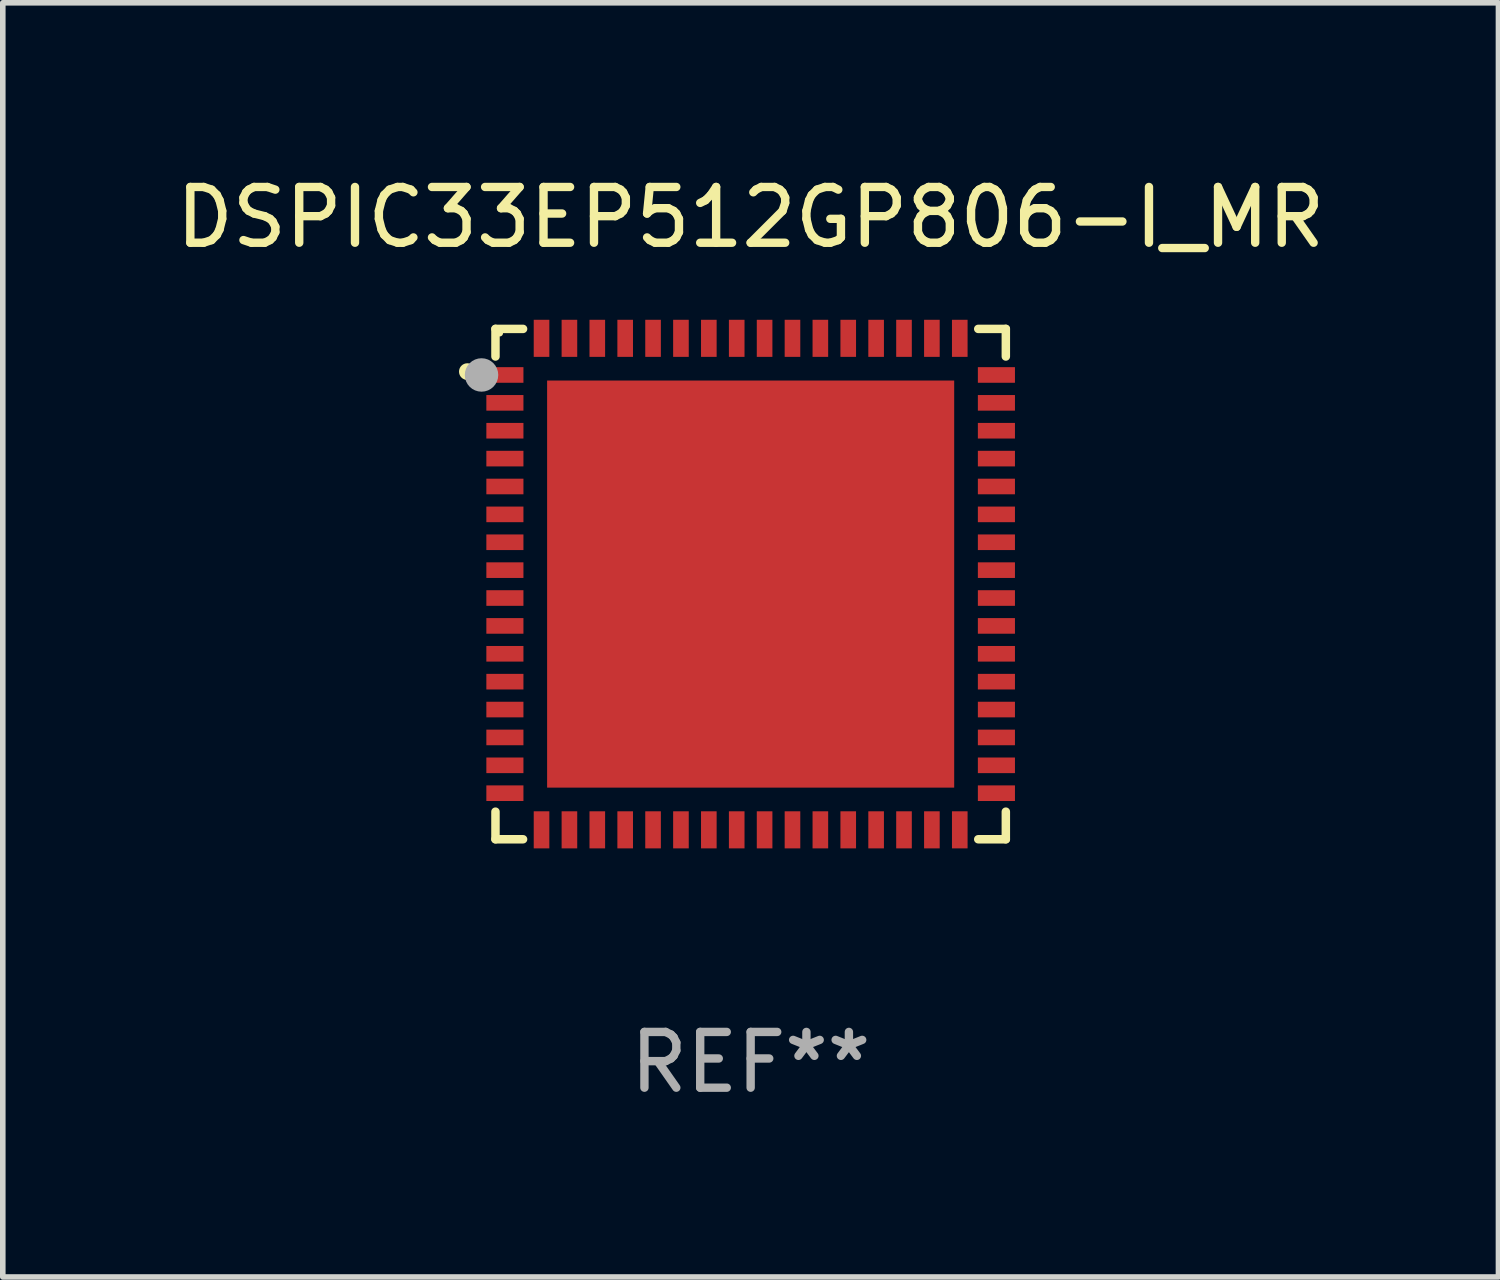
<source format=kicad_pcb>
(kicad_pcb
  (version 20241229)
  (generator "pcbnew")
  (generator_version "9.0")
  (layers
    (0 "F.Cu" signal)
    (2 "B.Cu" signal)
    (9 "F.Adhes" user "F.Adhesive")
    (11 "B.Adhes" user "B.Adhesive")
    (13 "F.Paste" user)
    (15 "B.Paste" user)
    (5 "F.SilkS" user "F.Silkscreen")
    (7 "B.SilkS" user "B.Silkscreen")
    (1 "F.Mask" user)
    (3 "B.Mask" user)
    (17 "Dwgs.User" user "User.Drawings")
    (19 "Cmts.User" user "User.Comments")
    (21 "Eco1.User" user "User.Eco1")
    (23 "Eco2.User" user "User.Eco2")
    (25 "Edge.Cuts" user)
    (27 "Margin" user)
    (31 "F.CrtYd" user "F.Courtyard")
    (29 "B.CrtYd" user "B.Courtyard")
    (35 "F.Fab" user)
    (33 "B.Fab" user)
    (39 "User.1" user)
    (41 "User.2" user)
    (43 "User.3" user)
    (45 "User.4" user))
  (footprint "DSPIC33EP512GP806-I_MR"
    (layer "F.Cu")
    (at 10.411 7.424)
    (property "Reference" "DSPIC33EP512GP806-I_MR" (at 0 -6.576 0) (layer "F.SilkS") (effects (font (size 1 1) (thickness 0.15))))
    (attr through_hole)
    (fp_line (start -4.576 -4.576) (end -4.576 -4.081) (stroke (width 0.152) (type solid)) (layer "F.SilkS"))
    (fp_line (start -4.576 4.576) (end -4.576 4.081) (stroke (width 0.152) (type solid)) (layer "F.SilkS"))
    (fp_line (start -4.081 -4.576) (end -4.576 -4.576) (stroke (width 0.152) (type solid)) (layer "F.SilkS"))
    (fp_line (start -4.081 4.576) (end -4.576 4.576) (stroke (width 0.152) (type solid)) (layer "F.SilkS"))
    (fp_line (start 4.081 -4.576) (end 4.576 -4.576) (stroke (width 0.152) (type solid)) (layer "F.SilkS"))
    (fp_line (start 4.081 4.576) (end 4.576 4.576) (stroke (width 0.152) (type solid)) (layer "F.SilkS"))
    (fp_line (start 4.576 -4.576) (end 4.576 -4.081) (stroke (width 0.152) (type solid)) (layer "F.SilkS"))
    (fp_line (start 4.576 4.576) (end 4.576 4.081) (stroke (width 0.152) (type solid)) (layer "F.SilkS"))
    (fp_circle (center -5.08 -3.81) (end -5.005 -3.81) (stroke (width 0.15) (type solid)) (fill no) (layer "F.SilkS"))
    (fp_circle (center -4.5 -4.5) (end -4.47 -4.5) (stroke (width 0.06) (type solid)) (fill no) (layer "F.SilkS"))
    (fp_circle (center -4.826 -3.75) (end -4.676 -3.75) (stroke (width 0.3) (type solid)) (fill no) (layer "F.Fab"))
    (fp_text user "REF**" (at 0 8.576 0) (layer "F.Fab") (effects (font (size 1 1) (thickness 0.15))))
    (pad "1" smd rect (at -4.407 -3.75) (size 0.665 0.28) (layers "F.Cu" "F.Mask" "F.Paste"))
    (pad "2" smd rect (at -4.407 -3.25) (size 0.665 0.28) (layers "F.Cu" "F.Mask" "F.Paste"))
    (pad "3" smd rect (at -4.407 -2.75) (size 0.665 0.28) (layers "F.Cu" "F.Mask" "F.Paste"))
    (pad "4" smd rect (at -4.407 -2.25) (size 0.665 0.28) (layers "F.Cu" "F.Mask" "F.Paste"))
    (pad "5" smd rect (at -4.407 -1.75) (size 0.665 0.28) (layers "F.Cu" "F.Mask" "F.Paste"))
    (pad "6" smd rect (at -4.407 -1.25) (size 0.665 0.28) (layers "F.Cu" "F.Mask" "F.Paste"))
    (pad "7" smd rect (at -4.407 -0.75) (size 0.665 0.28) (layers "F.Cu" "F.Mask" "F.Paste"))
    (pad "8" smd rect (at -4.407 -0.25) (size 0.665 0.28) (layers "F.Cu" "F.Mask" "F.Paste"))
    (pad "9" smd rect (at -4.407 0.25) (size 0.665 0.28) (layers "F.Cu" "F.Mask" "F.Paste"))
    (pad "10" smd rect (at -4.407 0.75) (size 0.665 0.28) (layers "F.Cu" "F.Mask" "F.Paste"))
    (pad "11" smd rect (at -4.407 1.25) (size 0.665 0.28) (layers "F.Cu" "F.Mask" "F.Paste"))
    (pad "12" smd rect (at -4.407 1.75) (size 0.665 0.28) (layers "F.Cu" "F.Mask" "F.Paste"))
    (pad "13" smd rect (at -4.407 2.25) (size 0.665 0.28) (layers "F.Cu" "F.Mask" "F.Paste"))
    (pad "14" smd rect (at -4.407 2.75) (size 0.665 0.28) (layers "F.Cu" "F.Mask" "F.Paste"))
    (pad "15" smd rect (at -4.407 3.25) (size 0.665 0.28) (layers "F.Cu" "F.Mask" "F.Paste"))
    (pad "16" smd rect (at -4.407 3.75) (size 0.665 0.28) (layers "F.Cu" "F.Mask" "F.Paste"))
    (pad "17" smd rect (at -3.75 4.407) (size 0.28 0.665) (layers "F.Cu" "F.Mask" "F.Paste"))
    (pad "18" smd rect (at -3.25 4.407) (size 0.28 0.665) (layers "F.Cu" "F.Mask" "F.Paste"))
    (pad "19" smd rect (at -2.75 4.407) (size 0.28 0.665) (layers "F.Cu" "F.Mask" "F.Paste"))
    (pad "20" smd rect (at -2.25 4.407) (size 0.28 0.665) (layers "F.Cu" "F.Mask" "F.Paste"))
    (pad "21" smd rect (at -1.75 4.407) (size 0.28 0.665) (layers "F.Cu" "F.Mask" "F.Paste"))
    (pad "22" smd rect (at -1.25 4.407) (size 0.28 0.665) (layers "F.Cu" "F.Mask" "F.Paste"))
    (pad "23" smd rect (at -0.75 4.407) (size 0.28 0.665) (layers "F.Cu" "F.Mask" "F.Paste"))
    (pad "24" smd rect (at -0.25 4.407) (size 0.28 0.665) (layers "F.Cu" "F.Mask" "F.Paste"))
    (pad "25" smd rect (at 0.25 4.407) (size 0.28 0.665) (layers "F.Cu" "F.Mask" "F.Paste"))
    (pad "26" smd rect (at 0.75 4.407) (size 0.28 0.665) (layers "F.Cu" "F.Mask" "F.Paste"))
    (pad "27" smd rect (at 1.25 4.407) (size 0.28 0.665) (layers "F.Cu" "F.Mask" "F.Paste"))
    (pad "28" smd rect (at 1.75 4.407) (size 0.28 0.665) (layers "F.Cu" "F.Mask" "F.Paste"))
    (pad "29" smd rect (at 2.25 4.407) (size 0.28 0.665) (layers "F.Cu" "F.Mask" "F.Paste"))
    (pad "30" smd rect (at 2.75 4.407) (size 0.28 0.665) (layers "F.Cu" "F.Mask" "F.Paste"))
    (pad "31" smd rect (at 3.25 4.407) (size 0.28 0.665) (layers "F.Cu" "F.Mask" "F.Paste"))
    (pad "32" smd rect (at 3.75 4.407) (size 0.28 0.665) (layers "F.Cu" "F.Mask" "F.Paste"))
    (pad "33" smd rect (at 4.407 3.75) (size 0.665 0.28) (layers "F.Cu" "F.Mask" "F.Paste"))
    (pad "34" smd rect (at 4.407 3.25) (size 0.665 0.28) (layers "F.Cu" "F.Mask" "F.Paste"))
    (pad "35" smd rect (at 4.407 2.75) (size 0.665 0.28) (layers "F.Cu" "F.Mask" "F.Paste"))
    (pad "36" smd rect (at 4.407 2.25) (size 0.665 0.28) (layers "F.Cu" "F.Mask" "F.Paste"))
    (pad "37" smd rect (at 4.407 1.75) (size 0.665 0.28) (layers "F.Cu" "F.Mask" "F.Paste"))
    (pad "38" smd rect (at 4.407 1.25) (size 0.665 0.28) (layers "F.Cu" "F.Mask" "F.Paste"))
    (pad "39" smd rect (at 4.407 0.75) (size 0.665 0.28) (layers "F.Cu" "F.Mask" "F.Paste"))
    (pad "40" smd rect (at 4.407 0.25) (size 0.665 0.28) (layers "F.Cu" "F.Mask" "F.Paste"))
    (pad "41" smd rect (at 4.407 -0.25) (size 0.665 0.28) (layers "F.Cu" "F.Mask" "F.Paste"))
    (pad "42" smd rect (at 4.407 -0.75) (size 0.665 0.28) (layers "F.Cu" "F.Mask" "F.Paste"))
    (pad "43" smd rect (at 4.407 -1.25) (size 0.665 0.28) (layers "F.Cu" "F.Mask" "F.Paste"))
    (pad "44" smd rect (at 4.407 -1.75) (size 0.665 0.28) (layers "F.Cu" "F.Mask" "F.Paste"))
    (pad "45" smd rect (at 4.407 -2.25) (size 0.665 0.28) (layers "F.Cu" "F.Mask" "F.Paste"))
    (pad "46" smd rect (at 4.407 -2.75) (size 0.665 0.28) (layers "F.Cu" "F.Mask" "F.Paste"))
    (pad "47" smd rect (at 4.407 -3.25) (size 0.665 0.28) (layers "F.Cu" "F.Mask" "F.Paste"))
    (pad "48" smd rect (at 4.407 -3.75) (size 0.665 0.28) (layers "F.Cu" "F.Mask" "F.Paste"))
    (pad "49" smd rect (at 3.75 -4.407) (size 0.28 0.665) (layers "F.Cu" "F.Mask" "F.Paste"))
    (pad "50" smd rect (at 3.25 -4.407) (size 0.28 0.665) (layers "F.Cu" "F.Mask" "F.Paste"))
    (pad "51" smd rect (at 2.75 -4.407) (size 0.28 0.665) (layers "F.Cu" "F.Mask" "F.Paste"))
    (pad "52" smd rect (at 2.25 -4.407) (size 0.28 0.665) (layers "F.Cu" "F.Mask" "F.Paste"))
    (pad "53" smd rect (at 1.75 -4.407) (size 0.28 0.665) (layers "F.Cu" "F.Mask" "F.Paste"))
    (pad "54" smd rect (at 1.25 -4.407) (size 0.28 0.665) (layers "F.Cu" "F.Mask" "F.Paste"))
    (pad "55" smd rect (at 0.75 -4.407) (size 0.28 0.665) (layers "F.Cu" "F.Mask" "F.Paste"))
    (pad "56" smd rect (at 0.25 -4.407) (size 0.28 0.665) (layers "F.Cu" "F.Mask" "F.Paste"))
    (pad "57" smd rect (at -0.25 -4.407) (size 0.28 0.665) (layers "F.Cu" "F.Mask" "F.Paste"))
    (pad "58" smd rect (at -0.75 -4.407) (size 0.28 0.665) (layers "F.Cu" "F.Mask" "F.Paste"))
    (pad "59" smd rect (at -1.25 -4.407) (size 0.28 0.665) (layers "F.Cu" "F.Mask" "F.Paste"))
    (pad "60" smd rect (at -1.75 -4.407) (size 0.28 0.665) (layers "F.Cu" "F.Mask" "F.Paste"))
    (pad "61" smd rect (at -2.25 -4.407) (size 0.28 0.665) (layers "F.Cu" "F.Mask" "F.Paste"))
    (pad "62" smd rect (at -2.75 -4.407) (size 0.28 0.665) (layers "F.Cu" "F.Mask" "F.Paste"))
    (pad "63" smd rect (at -3.25 -4.407) (size 0.28 0.665) (layers "F.Cu" "F.Mask" "F.Paste"))
    (pad "64" smd rect (at -3.75 -4.407) (size 0.28 0.665) (layers "F.Cu" "F.Mask" "F.Paste"))
    (pad "65" smd rect (at 0 0) (size 7.3 7.3) (layers "F.Cu" "F.Mask" "F.Paste")))
  (gr_rect
    (start -3 -3)
    (end 23.821 19.849)
    (stroke (width 0.1) (type default))
    (fill no)
    (layer "Edge.Cuts")))
</source>
